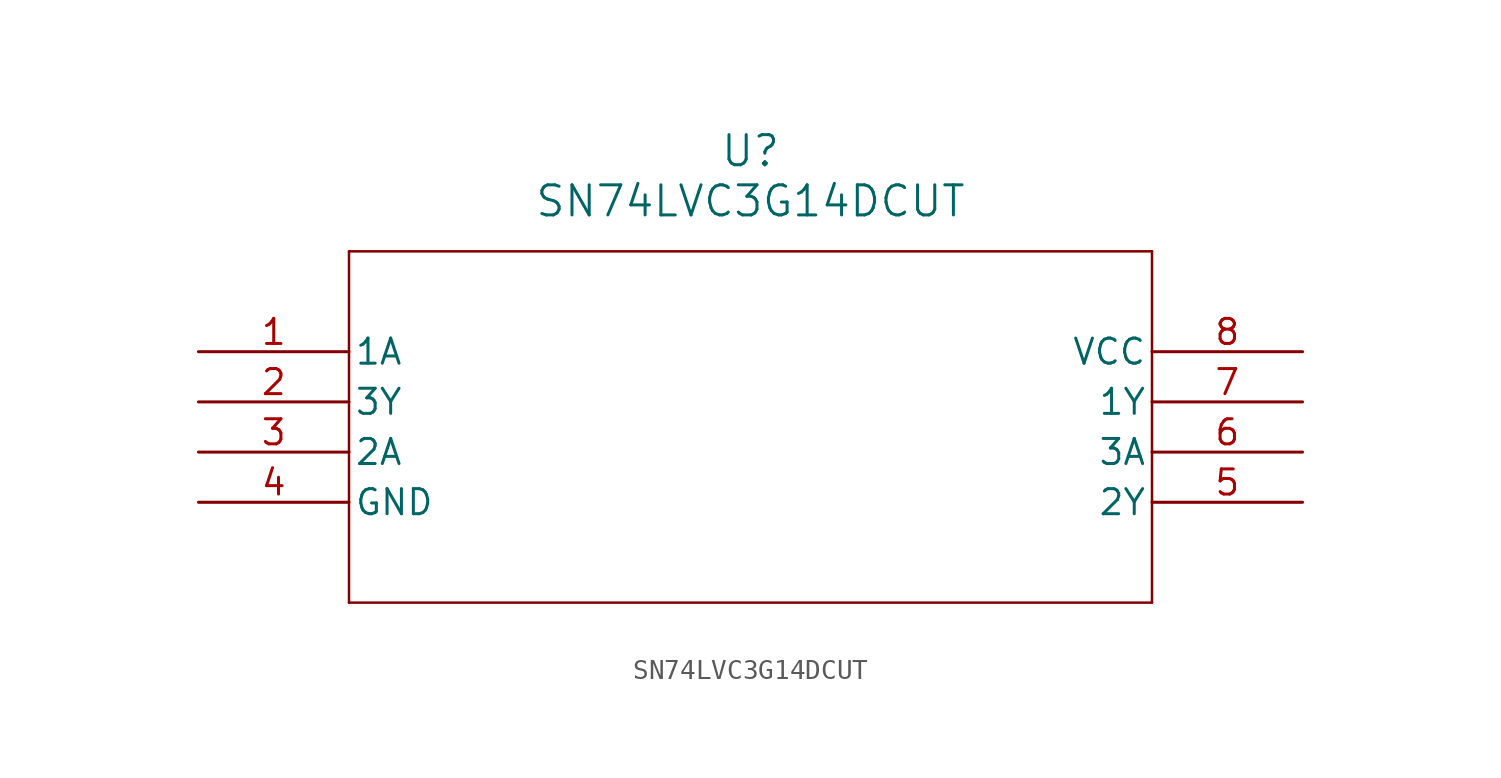
<source format=kicad_sym>
(kicad_symbol_lib
  (version 20211014)
  (generator kicad_symbol_editor)
  (symbol "SN74LVC3G14DCUT"
    (pin_names
      (offset 0.254))
    (property "Reference" "U"
      (at 27.94 10.16 0)
      (effects (font (size 1.524 1.524))))
    (property "Value" "SN74LVC3G14DCUT"
      (at 27.94 7.62 0)
      (effects (font (size 1.524 1.524))))
    (polyline
      (pts (xy 7.62 5.08) (xy 7.62 -12.7))
      (stroke (width 0.127) (type default) (color 0 0 0 0))
      (fill (type none)))
    (polyline
      (pts (xy 7.62 -12.7) (xy 48.26 -12.7))
      (stroke (width 0.127) (type default) (color 0 0 0 0))
      (fill (type none)))
    (polyline
      (pts (xy 48.26 -12.7) (xy 48.26 5.08))
      (stroke (width 0.127) (type default) (color 0 0 0 0))
      (fill (type none)))
    (polyline
      (pts (xy 48.26 5.08) (xy 7.62 5.08))
      (stroke (width 0.127) (type default) (color 0 0 0 0))
      (fill (type none)))
    (pin input line
      (at 0 0 0)
      (length 7.62)
      (name "1A" (effects (font (size 1.27 1.27))))
      (number "1" (effects (font (size 1.27 1.27)))))
    (pin output line
      (at 0 -2.54 0)
      (length 7.62)
      (name "3Y" (effects (font (size 1.27 1.27))))
      (number "2" (effects (font (size 1.27 1.27)))))
    (pin input line
      (at 0 -5.08 0)
      (length 7.62)
      (name "2A" (effects (font (size 1.27 1.27))))
      (number "3" (effects (font (size 1.27 1.27)))))
    (pin power_in line
      (at 0 -7.62 0)
      (length 7.62)
      (name "GND" (effects (font (size 1.27 1.27))))
      (number "4" (effects (font (size 1.27 1.27)))))
    (pin output line
      (at 55.88 -7.62 180)
      (length 7.62)
      (name "2Y" (effects (font (size 1.27 1.27))))
      (number "5" (effects (font (size 1.27 1.27)))))
    (pin input line
      (at 55.88 -5.08 180)
      (length 7.62)
      (name "3A" (effects (font (size 1.27 1.27))))
      (number "6" (effects (font (size 1.27 1.27)))))
    (pin output line
      (at 55.88 -2.54 180)
      (length 7.62)
      (name "1Y" (effects (font (size 1.27 1.27))))
      (number "7" (effects (font (size 1.27 1.27)))))
    (pin power_in line
      (at 55.88 0 180)
      (length 7.62)
      (name "VCC" (effects (font (size 1.27 1.27))))
      (number "8" (effects (font (size 1.27 1.27)))))))
</source>
